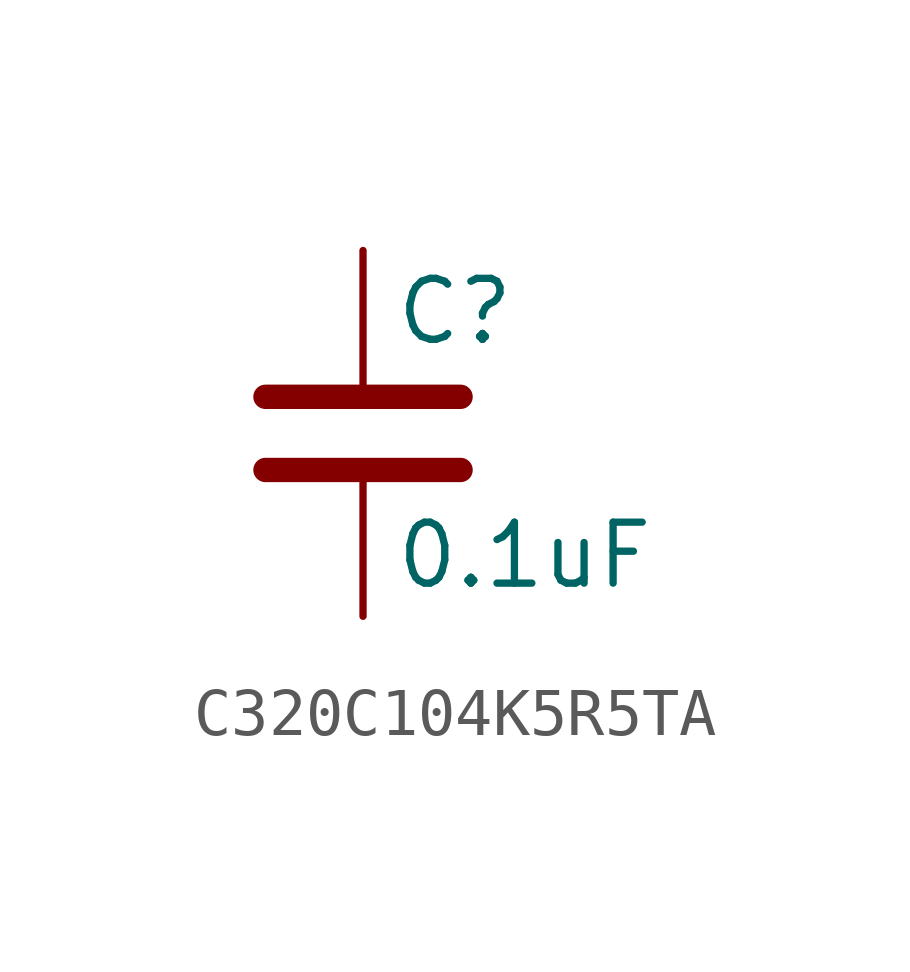
<source format=kicad_sym>
(kicad_symbol_lib
  (version 20241209)
  (generator "kicad_symbol_editor")
  (generator_version "9.0")
  (symbol "C320C104K5R5TA"
    (pin_numbers
      (hide yes))
    (pin_names
      (offset 0.254))
    (property "Reference" "C"
      (at 0.635 2.54 0)
      (effects (font (size 1.27 1.27)) (justify left)))
    (property "Value" "0.1uF"
      (at 0.635 -2.54 0)
      (effects (font (size 1.27 1.27)) (justify left)))
    (symbol "C320C104K5R5TA_0_1"
      (polyline (pts (xy -2.032 0.762) (xy 2.032 0.762)) (stroke (width 0.508) (type default)) (fill (type none)))
      (polyline (pts (xy -2.032 -0.762) (xy 2.032 -0.762)) (stroke (width 0.508) (type default)) (fill (type none))))
    (symbol "C320C104K5R5TA_1_1"
      (pin passive line (at 0 3.81 270) (length 2.794) (name "~" (effects (font (size 1.27 1.27)))) (number "1" (effects (font (size 1.27 1.27)))))
      (pin passive line (at 0 -3.81 90) (length 2.794) (name "~" (effects (font (size 1.27 1.27)))) (number "2" (effects (font (size 1.27 1.27))))))))
</source>
